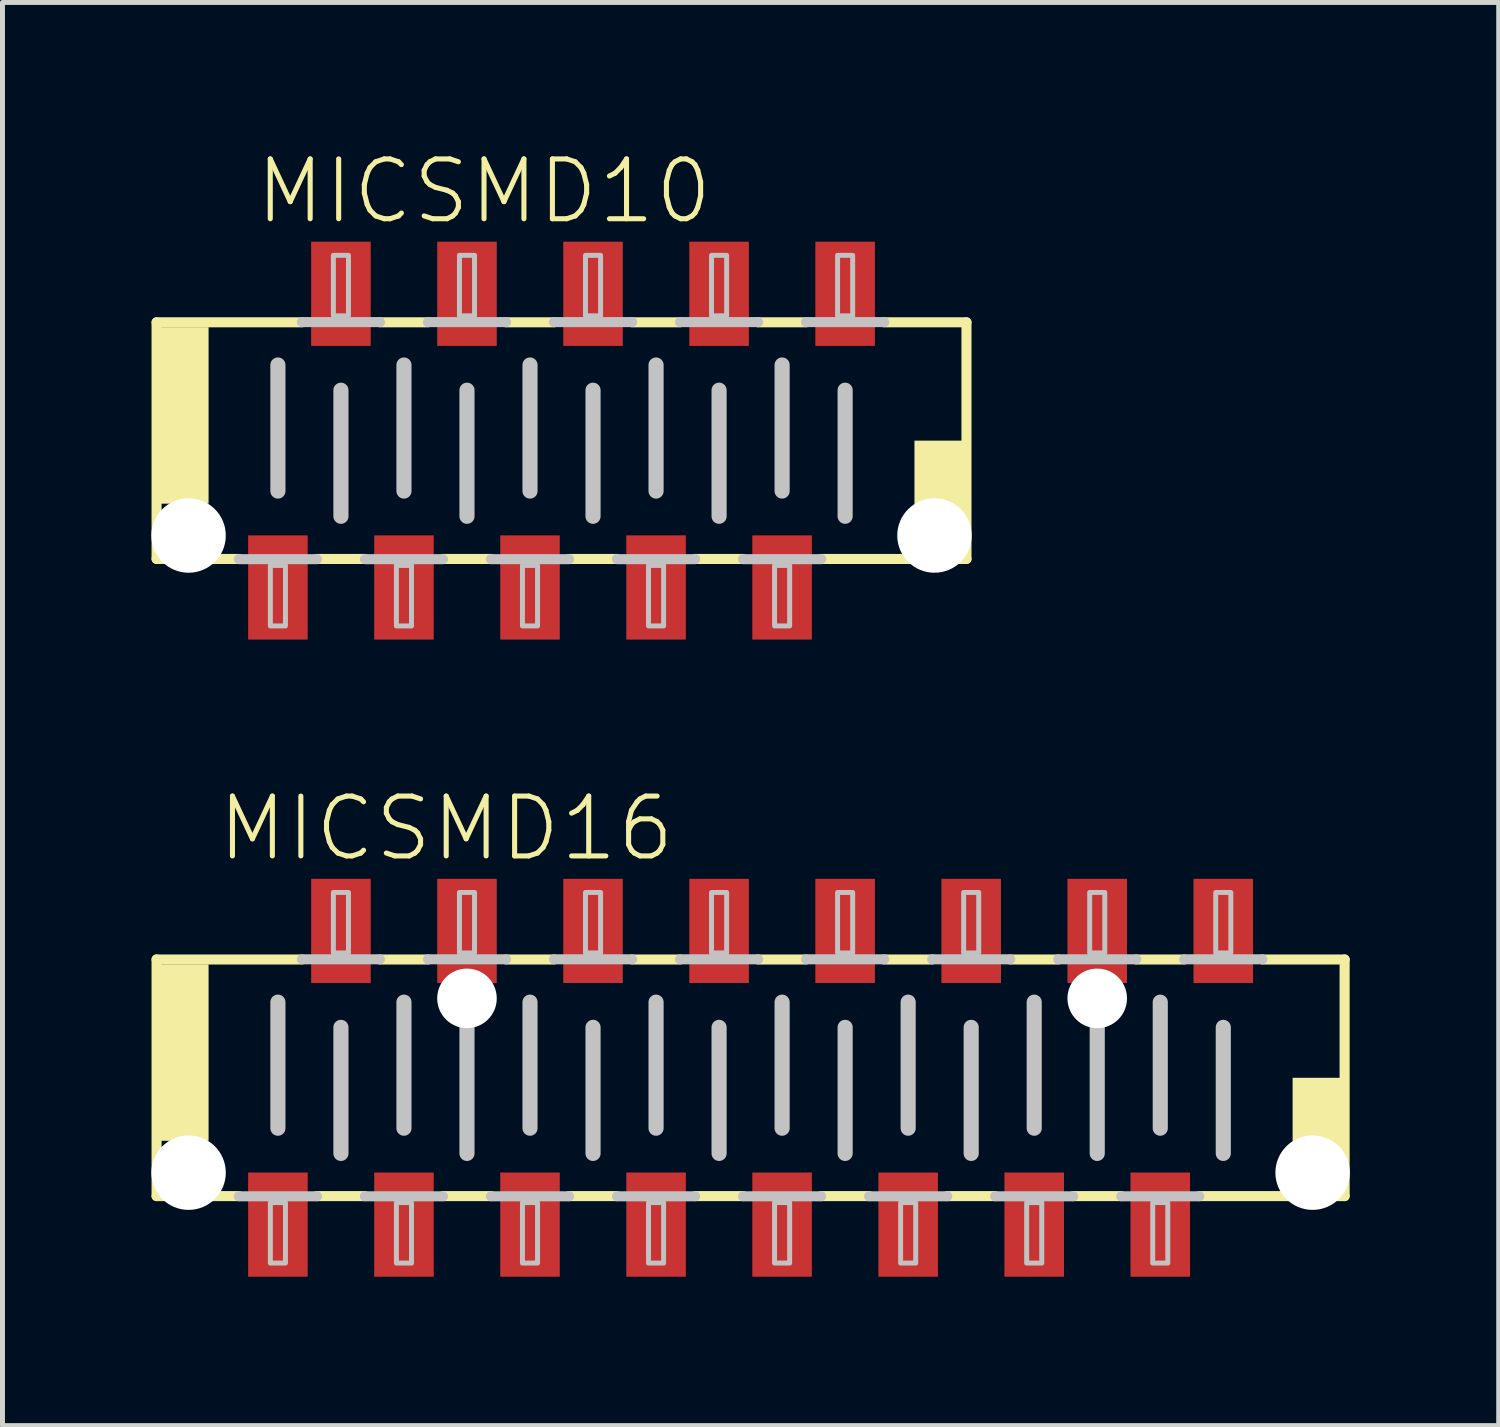
<source format=kicad_pcb>
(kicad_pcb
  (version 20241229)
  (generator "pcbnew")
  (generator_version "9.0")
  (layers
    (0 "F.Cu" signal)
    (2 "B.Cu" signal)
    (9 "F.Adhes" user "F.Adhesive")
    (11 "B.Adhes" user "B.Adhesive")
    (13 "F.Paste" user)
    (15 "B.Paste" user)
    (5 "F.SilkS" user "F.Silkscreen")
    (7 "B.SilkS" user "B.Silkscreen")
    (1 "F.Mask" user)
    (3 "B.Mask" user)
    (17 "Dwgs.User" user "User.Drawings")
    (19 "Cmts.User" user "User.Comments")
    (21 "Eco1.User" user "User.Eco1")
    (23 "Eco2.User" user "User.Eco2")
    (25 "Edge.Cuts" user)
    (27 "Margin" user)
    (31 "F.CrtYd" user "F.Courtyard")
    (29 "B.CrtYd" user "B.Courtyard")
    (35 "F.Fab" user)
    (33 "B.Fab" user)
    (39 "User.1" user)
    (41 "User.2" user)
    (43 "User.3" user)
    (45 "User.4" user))
  (footprint "MICSMD16"
    (layer "F.Cu")
    (at 12.075 18.668)
    (property "Reference" "MICSMD16" (at -10.795 -4.318 0) (layer "F.SilkS") (effects (font (size 1.206 1.206) (thickness 0.102)) (justify left bottom)))
    (attr through_hole)
    (fp_line (start -11.97 -2.384) (end -9.042 -2.384) (stroke (width 0.203) (type solid)) (layer "F.SilkS"))
    (fp_line (start -11.97 2.384) (end -11.97 -2.384) (stroke (width 0.203) (type solid)) (layer "F.SilkS"))
    (fp_line (start -10.312 2.384) (end -11.97 2.384) (stroke (width 0.203) (type solid)) (layer "F.SilkS"))
    (fp_line (start -7.772 2.384) (end -8.738 2.384) (stroke (width 0.203) (type solid)) (layer "F.SilkS"))
    (fp_line (start -7.468 -2.384) (end -6.502 -2.384) (stroke (width 0.203) (type solid)) (layer "F.SilkS"))
    (fp_line (start -5.232 2.384) (end -6.198 2.384) (stroke (width 0.203) (type solid)) (layer "F.SilkS"))
    (fp_line (start -4.928 -2.384) (end -3.962 -2.384) (stroke (width 0.203) (type solid)) (layer "F.SilkS"))
    (fp_line (start -2.692 2.384) (end -3.658 2.384) (stroke (width 0.203) (type solid)) (layer "F.SilkS"))
    (fp_line (start -2.388 -2.384) (end -1.422 -2.384) (stroke (width 0.203) (type solid)) (layer "F.SilkS"))
    (fp_line (start -0.152 2.384) (end -1.118 2.384) (stroke (width 0.203) (type solid)) (layer "F.SilkS"))
    (fp_line (start 0.152 -2.384) (end 1.118 -2.384) (stroke (width 0.203) (type solid)) (layer "F.SilkS"))
    (fp_line (start 2.388 2.384) (end 1.422 2.384) (stroke (width 0.203) (type solid)) (layer "F.SilkS"))
    (fp_line (start 2.692 -2.384) (end 3.658 -2.384) (stroke (width 0.203) (type solid)) (layer "F.SilkS"))
    (fp_line (start 4.928 2.384) (end 3.962 2.384) (stroke (width 0.203) (type solid)) (layer "F.SilkS"))
    (fp_line (start 5.232 -2.384) (end 6.198 -2.384) (stroke (width 0.203) (type solid)) (layer "F.SilkS"))
    (fp_line (start 7.468 2.384) (end 6.502 2.384) (stroke (width 0.203) (type solid)) (layer "F.SilkS"))
    (fp_line (start 7.772 -2.384) (end 8.738 -2.384) (stroke (width 0.203) (type solid)) (layer "F.SilkS"))
    (fp_line (start 10.312 -2.384) (end 11.97 -2.384) (stroke (width 0.203) (type solid)) (layer "F.SilkS"))
    (fp_line (start 11.97 -2.384) (end 11.97 2.384) (stroke (width 0.203) (type solid)) (layer "F.SilkS"))
    (fp_line (start 11.97 2.384) (end 9.042 2.384) (stroke (width 0.203) (type solid)) (layer "F.SilkS"))
    (fp_poly (pts (xy -11.938 1.27) (xy -10.922 1.27) (xy -10.922 -2.286) (xy -11.938 -2.286)) (stroke (width 0) (type solid)) (fill yes) (layer "F.SilkS"))
    (fp_poly (pts (xy 10.922 2.286) (xy 11.938 2.286) (xy 11.938 0) (xy 10.922 0)) (stroke (width 0) (type solid)) (fill yes) (layer "F.SilkS"))
    (fp_line (start -9.525 -1.524) (end -9.525 1.016) (stroke (width 0.305) (type solid)) (layer "Dwgs.User"))
    (fp_line (start -9.042 -2.388) (end -7.468 -2.388) (stroke (width 0.203) (type solid)) (layer "Dwgs.User"))
    (fp_line (start -8.738 2.388) (end -10.312 2.388) (stroke (width 0.203) (type solid)) (layer "Dwgs.User"))
    (fp_line (start -8.255 -1.016) (end -8.255 1.524) (stroke (width 0.305) (type solid)) (layer "Dwgs.User"))
    (fp_line (start -6.985 -1.524) (end -6.985 1.016) (stroke (width 0.305) (type solid)) (layer "Dwgs.User"))
    (fp_line (start -6.502 -2.388) (end -4.928 -2.388) (stroke (width 0.203) (type solid)) (layer "Dwgs.User"))
    (fp_line (start -6.198 2.388) (end -7.772 2.388) (stroke (width 0.203) (type solid)) (layer "Dwgs.User"))
    (fp_line (start -5.715 -1.016) (end -5.715 1.524) (stroke (width 0.305) (type solid)) (layer "Dwgs.User"))
    (fp_line (start -4.445 -1.524) (end -4.445 1.016) (stroke (width 0.305) (type solid)) (layer "Dwgs.User"))
    (fp_line (start -3.962 -2.388) (end -2.388 -2.388) (stroke (width 0.203) (type solid)) (layer "Dwgs.User"))
    (fp_line (start -3.658 2.388) (end -5.232 2.388) (stroke (width 0.203) (type solid)) (layer "Dwgs.User"))
    (fp_line (start -3.175 -1.016) (end -3.175 1.524) (stroke (width 0.305) (type solid)) (layer "Dwgs.User"))
    (fp_line (start -1.905 -1.524) (end -1.905 1.016) (stroke (width 0.305) (type solid)) (layer "Dwgs.User"))
    (fp_line (start -1.422 -2.388) (end 0.152 -2.388) (stroke (width 0.203) (type solid)) (layer "Dwgs.User"))
    (fp_line (start -1.118 2.388) (end -2.692 2.388) (stroke (width 0.203) (type solid)) (layer "Dwgs.User"))
    (fp_line (start -0.635 -1.016) (end -0.635 1.524) (stroke (width 0.305) (type solid)) (layer "Dwgs.User"))
    (fp_line (start 0.635 -1.524) (end 0.635 1.016) (stroke (width 0.305) (type solid)) (layer "Dwgs.User"))
    (fp_line (start 1.118 -2.388) (end 2.692 -2.388) (stroke (width 0.203) (type solid)) (layer "Dwgs.User"))
    (fp_line (start 1.422 2.388) (end -0.152 2.388) (stroke (width 0.203) (type solid)) (layer "Dwgs.User"))
    (fp_line (start 1.905 -1.016) (end 1.905 1.524) (stroke (width 0.305) (type solid)) (layer "Dwgs.User"))
    (fp_line (start 3.175 -1.524) (end 3.175 1.016) (stroke (width 0.305) (type solid)) (layer "Dwgs.User"))
    (fp_line (start 3.658 -2.388) (end 5.232 -2.388) (stroke (width 0.203) (type solid)) (layer "Dwgs.User"))
    (fp_line (start 3.962 2.388) (end 2.388 2.388) (stroke (width 0.203) (type solid)) (layer "Dwgs.User"))
    (fp_line (start 4.445 -1.016) (end 4.445 1.524) (stroke (width 0.305) (type solid)) (layer "Dwgs.User"))
    (fp_line (start 5.715 -1.524) (end 5.715 1.016) (stroke (width 0.305) (type solid)) (layer "Dwgs.User"))
    (fp_line (start 6.198 -2.388) (end 7.772 -2.388) (stroke (width 0.203) (type solid)) (layer "Dwgs.User"))
    (fp_line (start 6.502 2.388) (end 4.928 2.388) (stroke (width 0.203) (type solid)) (layer "Dwgs.User"))
    (fp_line (start 6.985 -1.016) (end 6.985 1.524) (stroke (width 0.305) (type solid)) (layer "Dwgs.User"))
    (fp_line (start 8.255 -1.524) (end 8.255 1.016) (stroke (width 0.305) (type solid)) (layer "Dwgs.User"))
    (fp_line (start 8.738 -2.388) (end 10.312 -2.388) (stroke (width 0.203) (type solid)) (layer "Dwgs.User"))
    (fp_line (start 9.042 2.388) (end 7.468 2.388) (stroke (width 0.203) (type solid)) (layer "Dwgs.User"))
    (fp_line (start 9.525 -1.016) (end 9.525 1.524) (stroke (width 0.305) (type solid)) (layer "Dwgs.User"))
    (fp_poly (pts (xy -9.677 3.734) (xy -9.373 3.734) (xy -9.373 2.515) (xy -9.677 2.515)) (stroke (width 0.1) (type solid)) (fill no) (layer "Dwgs.User"))
    (fp_poly (pts (xy -8.407 -2.515) (xy -8.103 -2.515) (xy -8.103 -3.734) (xy -8.407 -3.734)) (stroke (width 0.1) (type solid)) (fill no) (layer "Dwgs.User"))
    (fp_poly (pts (xy -7.137 3.734) (xy -6.833 3.734) (xy -6.833 2.515) (xy -7.137 2.515)) (stroke (width 0.1) (type solid)) (fill no) (layer "Dwgs.User"))
    (fp_poly (pts (xy -5.867 -2.515) (xy -5.563 -2.515) (xy -5.563 -3.734) (xy -5.867 -3.734)) (stroke (width 0.1) (type solid)) (fill no) (layer "Dwgs.User"))
    (fp_poly (pts (xy -4.597 3.734) (xy -4.293 3.734) (xy -4.293 2.515) (xy -4.597 2.515)) (stroke (width 0.1) (type solid)) (fill no) (layer "Dwgs.User"))
    (fp_poly (pts (xy -3.327 -2.515) (xy -3.023 -2.515) (xy -3.023 -3.734) (xy -3.327 -3.734)) (stroke (width 0.1) (type solid)) (fill no) (layer "Dwgs.User"))
    (fp_poly (pts (xy -2.057 3.734) (xy -1.753 3.734) (xy -1.753 2.515) (xy -2.057 2.515)) (stroke (width 0.1) (type solid)) (fill no) (layer "Dwgs.User"))
    (fp_poly (pts (xy -0.787 -2.515) (xy -0.483 -2.515) (xy -0.483 -3.734) (xy -0.787 -3.734)) (stroke (width 0.1) (type solid)) (fill no) (layer "Dwgs.User"))
    (fp_poly (pts (xy 0.483 3.734) (xy 0.787 3.734) (xy 0.787 2.515) (xy 0.483 2.515)) (stroke (width 0.1) (type solid)) (fill no) (layer "Dwgs.User"))
    (fp_poly (pts (xy 1.753 -2.515) (xy 2.057 -2.515) (xy 2.057 -3.734) (xy 1.753 -3.734)) (stroke (width 0.1) (type solid)) (fill no) (layer "Dwgs.User"))
    (fp_poly (pts (xy 3.023 3.734) (xy 3.327 3.734) (xy 3.327 2.515) (xy 3.023 2.515)) (stroke (width 0.1) (type solid)) (fill no) (layer "Dwgs.User"))
    (fp_poly (pts (xy 4.293 -2.515) (xy 4.597 -2.515) (xy 4.597 -3.734) (xy 4.293 -3.734)) (stroke (width 0.1) (type solid)) (fill no) (layer "Dwgs.User"))
    (fp_poly (pts (xy 5.563 3.734) (xy 5.867 3.734) (xy 5.867 2.515) (xy 5.563 2.515)) (stroke (width 0.1) (type solid)) (fill no) (layer "Dwgs.User"))
    (fp_poly (pts (xy 6.833 -2.515) (xy 7.137 -2.515) (xy 7.137 -3.734) (xy 6.833 -3.734)) (stroke (width 0.1) (type solid)) (fill no) (layer "Dwgs.User"))
    (fp_poly (pts (xy 8.103 3.734) (xy 8.407 3.734) (xy 8.407 2.515) (xy 8.103 2.515)) (stroke (width 0.1) (type solid)) (fill no) (layer "Dwgs.User"))
    (fp_poly (pts (xy 9.373 -2.515) (xy 9.677 -2.515) (xy 9.677 -3.734) (xy 9.373 -3.734)) (stroke (width 0.1) (type solid)) (fill no) (layer "Dwgs.User"))
    (pad "" np_thru_hole circle (at -11.325 1.912) (size 1.5 1.5) (drill 1.5) (layers "*.Cu"))
    (pad "" np_thru_hole circle (at -5.715 -1.6) (size 1.2 1.2) (drill 1.2) (layers "*.Cu"))
    (pad "" np_thru_hole circle (at 6.985 -1.6) (size 1.2 1.2) (drill 1.2) (layers "*.Cu"))
    (pad "" np_thru_hole circle (at 11.325 1.912) (size 1.5 1.5) (drill 1.5) (layers "*.Cu"))
    (pad "1" smd rect (at -9.525 2.959) (size 1.2 2.1) (layers "F.Cu" "F.Mask" "F.Paste"))
    (pad "2" smd rect (at -8.255 -2.959) (size 1.2 2.1) (layers "F.Cu" "F.Mask" "F.Paste"))
    (pad "3" smd rect (at -6.985 2.959) (size 1.2 2.1) (layers "F.Cu" "F.Mask" "F.Paste"))
    (pad "4" smd rect (at -5.715 -2.959) (size 1.2 2.1) (layers "F.Cu" "F.Mask" "F.Paste"))
    (pad "5" smd rect (at -4.445 2.959) (size 1.2 2.1) (layers "F.Cu" "F.Mask" "F.Paste"))
    (pad "6" smd rect (at -3.175 -2.959) (size 1.2 2.1) (layers "F.Cu" "F.Mask" "F.Paste"))
    (pad "7" smd rect (at -1.905 2.959) (size 1.2 2.1) (layers "F.Cu" "F.Mask" "F.Paste"))
    (pad "8" smd rect (at -0.635 -2.959) (size 1.2 2.1) (layers "F.Cu" "F.Mask" "F.Paste"))
    (pad "9" smd rect (at 0.635 2.959) (size 1.2 2.1) (layers "F.Cu" "F.Mask" "F.Paste"))
    (pad "10" smd rect (at 1.905 -2.959) (size 1.2 2.1) (layers "F.Cu" "F.Mask" "F.Paste"))
    (pad "11" smd rect (at 3.175 2.959) (size 1.2 2.1) (layers "F.Cu" "F.Mask" "F.Paste"))
    (pad "12" smd rect (at 4.445 -2.959) (size 1.2 2.1) (layers "F.Cu" "F.Mask" "F.Paste"))
    (pad "13" smd rect (at 5.715 2.959) (size 1.2 2.1) (layers "F.Cu" "F.Mask" "F.Paste"))
    (pad "14" smd rect (at 6.985 -2.959) (size 1.2 2.1) (layers "F.Cu" "F.Mask" "F.Paste"))
    (pad "15" smd rect (at 8.255 2.959) (size 1.2 2.1) (layers "F.Cu" "F.Mask" "F.Paste"))
    (pad "16" smd rect (at 9.525 -2.959) (size 1.2 2.1) (layers "F.Cu" "F.Mask" "F.Paste")))
  (footprint "MICSMD10"
    (layer "F.Cu")
    (at 8.265 5.829)
    (property "Reference" "MICSMD10" (at -6.223 -4.318 0) (layer "F.SilkS") (effects (font (size 1.206 1.206) (thickness 0.102)) (justify left bottom)))
    (attr through_hole)
    (fp_line (start -8.16 -2.384) (end -5.232 -2.384) (stroke (width 0.203) (type solid)) (layer "F.SilkS"))
    (fp_line (start -8.16 2.384) (end -8.16 -2.384) (stroke (width 0.203) (type solid)) (layer "F.SilkS"))
    (fp_line (start -6.502 2.384) (end -8.16 2.384) (stroke (width 0.203) (type solid)) (layer "F.SilkS"))
    (fp_line (start -3.962 2.384) (end -4.928 2.384) (stroke (width 0.203) (type solid)) (layer "F.SilkS"))
    (fp_line (start -3.658 -2.384) (end -2.692 -2.384) (stroke (width 0.203) (type solid)) (layer "F.SilkS"))
    (fp_line (start -1.422 2.384) (end -2.388 2.384) (stroke (width 0.203) (type solid)) (layer "F.SilkS"))
    (fp_line (start -1.118 -2.384) (end -0.152 -2.384) (stroke (width 0.203) (type solid)) (layer "F.SilkS"))
    (fp_line (start 1.118 2.384) (end 0.152 2.384) (stroke (width 0.203) (type solid)) (layer "F.SilkS"))
    (fp_line (start 1.422 -2.384) (end 2.388 -2.384) (stroke (width 0.203) (type solid)) (layer "F.SilkS"))
    (fp_line (start 3.658 2.384) (end 2.692 2.384) (stroke (width 0.203) (type solid)) (layer "F.SilkS"))
    (fp_line (start 3.962 -2.384) (end 4.928 -2.384) (stroke (width 0.203) (type solid)) (layer "F.SilkS"))
    (fp_line (start 6.502 -2.384) (end 8.16 -2.384) (stroke (width 0.203) (type solid)) (layer "F.SilkS"))
    (fp_line (start 8.16 -2.384) (end 8.16 2.384) (stroke (width 0.203) (type solid)) (layer "F.SilkS"))
    (fp_line (start 8.16 2.384) (end 5.232 2.384) (stroke (width 0.203) (type solid)) (layer "F.SilkS"))
    (fp_poly (pts (xy -8.128 1.27) (xy -7.112 1.27) (xy -7.112 -2.286) (xy -8.128 -2.286)) (stroke (width 0) (type solid)) (fill yes) (layer "F.SilkS"))
    (fp_poly (pts (xy 7.112 2.286) (xy 8.128 2.286) (xy 8.128 0) (xy 7.112 0)) (stroke (width 0) (type solid)) (fill yes) (layer "F.SilkS"))
    (fp_line (start -5.715 -1.524) (end -5.715 1.016) (stroke (width 0.305) (type solid)) (layer "Dwgs.User"))
    (fp_line (start -5.232 -2.388) (end -3.658 -2.388) (stroke (width 0.203) (type solid)) (layer "Dwgs.User"))
    (fp_line (start -4.928 2.388) (end -6.502 2.388) (stroke (width 0.203) (type solid)) (layer "Dwgs.User"))
    (fp_line (start -4.445 -1.016) (end -4.445 1.524) (stroke (width 0.305) (type solid)) (layer "Dwgs.User"))
    (fp_line (start -3.175 -1.524) (end -3.175 1.016) (stroke (width 0.305) (type solid)) (layer "Dwgs.User"))
    (fp_line (start -2.692 -2.388) (end -1.118 -2.388) (stroke (width 0.203) (type solid)) (layer "Dwgs.User"))
    (fp_line (start -2.388 2.388) (end -3.962 2.388) (stroke (width 0.203) (type solid)) (layer "Dwgs.User"))
    (fp_line (start -1.905 -1.016) (end -1.905 1.524) (stroke (width 0.305) (type solid)) (layer "Dwgs.User"))
    (fp_line (start -0.635 -1.524) (end -0.635 1.016) (stroke (width 0.305) (type solid)) (layer "Dwgs.User"))
    (fp_line (start -0.152 -2.388) (end 1.422 -2.388) (stroke (width 0.203) (type solid)) (layer "Dwgs.User"))
    (fp_line (start 0.152 2.388) (end -1.422 2.388) (stroke (width 0.203) (type solid)) (layer "Dwgs.User"))
    (fp_line (start 0.635 -1.016) (end 0.635 1.524) (stroke (width 0.305) (type solid)) (layer "Dwgs.User"))
    (fp_line (start 1.905 -1.524) (end 1.905 1.016) (stroke (width 0.305) (type solid)) (layer "Dwgs.User"))
    (fp_line (start 2.388 -2.388) (end 3.962 -2.388) (stroke (width 0.203) (type solid)) (layer "Dwgs.User"))
    (fp_line (start 2.692 2.388) (end 1.118 2.388) (stroke (width 0.203) (type solid)) (layer "Dwgs.User"))
    (fp_line (start 3.175 -1.016) (end 3.175 1.524) (stroke (width 0.305) (type solid)) (layer "Dwgs.User"))
    (fp_line (start 4.445 -1.524) (end 4.445 1.016) (stroke (width 0.305) (type solid)) (layer "Dwgs.User"))
    (fp_line (start 4.928 -2.388) (end 6.502 -2.388) (stroke (width 0.203) (type solid)) (layer "Dwgs.User"))
    (fp_line (start 5.232 2.388) (end 3.658 2.388) (stroke (width 0.203) (type solid)) (layer "Dwgs.User"))
    (fp_line (start 5.715 -1.016) (end 5.715 1.524) (stroke (width 0.305) (type solid)) (layer "Dwgs.User"))
    (fp_poly (pts (xy -5.867 3.734) (xy -5.563 3.734) (xy -5.563 2.515) (xy -5.867 2.515)) (stroke (width 0.1) (type solid)) (fill no) (layer "Dwgs.User"))
    (fp_poly (pts (xy -4.597 -2.515) (xy -4.293 -2.515) (xy -4.293 -3.734) (xy -4.597 -3.734)) (stroke (width 0.1) (type solid)) (fill no) (layer "Dwgs.User"))
    (fp_poly (pts (xy -3.327 3.734) (xy -3.023 3.734) (xy -3.023 2.515) (xy -3.327 2.515)) (stroke (width 0.1) (type solid)) (fill no) (layer "Dwgs.User"))
    (fp_poly (pts (xy -2.057 -2.515) (xy -1.753 -2.515) (xy -1.753 -3.734) (xy -2.057 -3.734)) (stroke (width 0.1) (type solid)) (fill no) (layer "Dwgs.User"))
    (fp_poly (pts (xy -0.787 3.734) (xy -0.483 3.734) (xy -0.483 2.515) (xy -0.787 2.515)) (stroke (width 0.1) (type solid)) (fill no) (layer "Dwgs.User"))
    (fp_poly (pts (xy 0.483 -2.515) (xy 0.787 -2.515) (xy 0.787 -3.734) (xy 0.483 -3.734)) (stroke (width 0.1) (type solid)) (fill no) (layer "Dwgs.User"))
    (fp_poly (pts (xy 1.753 3.734) (xy 2.057 3.734) (xy 2.057 2.515) (xy 1.753 2.515)) (stroke (width 0.1) (type solid)) (fill no) (layer "Dwgs.User"))
    (fp_poly (pts (xy 3.023 -2.515) (xy 3.327 -2.515) (xy 3.327 -3.734) (xy 3.023 -3.734)) (stroke (width 0.1) (type solid)) (fill no) (layer "Dwgs.User"))
    (fp_poly (pts (xy 4.293 3.734) (xy 4.597 3.734) (xy 4.597 2.515) (xy 4.293 2.515)) (stroke (width 0.1) (type solid)) (fill no) (layer "Dwgs.User"))
    (fp_poly (pts (xy 5.563 -2.515) (xy 5.867 -2.515) (xy 5.867 -3.734) (xy 5.563 -3.734)) (stroke (width 0.1) (type solid)) (fill no) (layer "Dwgs.User"))
    (pad "" np_thru_hole circle (at -7.515 1.912) (size 1.5 1.5) (drill 1.5) (layers "*.Cu"))
    (pad "" np_thru_hole circle (at 7.515 1.912) (size 1.5 1.5) (drill 1.5) (layers "*.Cu"))
    (pad "1" smd rect (at -5.715 2.959) (size 1.2 2.1) (layers "F.Cu" "F.Mask" "F.Paste"))
    (pad "2" smd rect (at -4.445 -2.959) (size 1.2 2.1) (layers "F.Cu" "F.Mask" "F.Paste"))
    (pad "3" smd rect (at -3.175 2.959) (size 1.2 2.1) (layers "F.Cu" "F.Mask" "F.Paste"))
    (pad "4" smd rect (at -1.905 -2.959) (size 1.2 2.1) (layers "F.Cu" "F.Mask" "F.Paste"))
    (pad "5" smd rect (at -0.635 2.959) (size 1.2 2.1) (layers "F.Cu" "F.Mask" "F.Paste"))
    (pad "6" smd rect (at 0.635 -2.959) (size 1.2 2.1) (layers "F.Cu" "F.Mask" "F.Paste"))
    (pad "7" smd rect (at 1.905 2.959) (size 1.2 2.1) (layers "F.Cu" "F.Mask" "F.Paste"))
    (pad "8" smd rect (at 3.175 -2.959) (size 1.2 2.1) (layers "F.Cu" "F.Mask" "F.Paste"))
    (pad "9" smd rect (at 4.445 2.959) (size 1.2 2.1) (layers "F.Cu" "F.Mask" "F.Paste"))
    (pad "10" smd rect (at 5.715 -2.959) (size 1.2 2.1) (layers "F.Cu" "F.Mask" "F.Paste")))
  (gr_rect
    (start -3 -3)
    (end 27.15 25.677)
    (stroke (width 0.1) (type default))
    (fill no)
    (layer "Edge.Cuts")))
</source>
